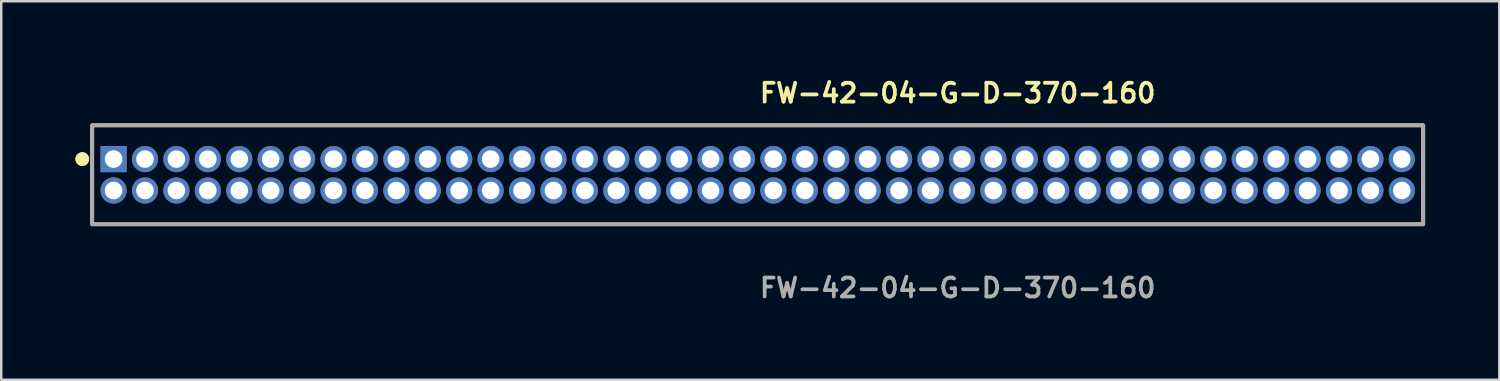
<source format=kicad_pcb>
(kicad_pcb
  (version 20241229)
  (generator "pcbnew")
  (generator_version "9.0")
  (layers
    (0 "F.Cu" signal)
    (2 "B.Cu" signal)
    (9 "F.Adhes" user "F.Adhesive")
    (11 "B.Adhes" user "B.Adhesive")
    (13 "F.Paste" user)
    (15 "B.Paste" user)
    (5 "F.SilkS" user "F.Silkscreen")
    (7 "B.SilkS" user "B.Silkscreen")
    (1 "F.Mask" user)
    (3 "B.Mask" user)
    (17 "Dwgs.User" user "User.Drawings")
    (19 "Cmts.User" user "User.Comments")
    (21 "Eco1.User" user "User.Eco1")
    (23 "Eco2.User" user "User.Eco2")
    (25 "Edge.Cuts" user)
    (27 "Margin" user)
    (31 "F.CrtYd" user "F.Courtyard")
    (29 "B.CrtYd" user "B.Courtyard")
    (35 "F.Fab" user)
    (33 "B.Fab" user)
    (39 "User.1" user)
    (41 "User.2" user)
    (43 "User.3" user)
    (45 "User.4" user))
  (footprint "FW-42-04-G-D-370-160"
    (layer "F.Cu")
    (at 27.576 4.015)
    (property "Reference" "FW-42-04-G-D-370-160" (at 0 -3.302 0) (unlocked yes) (layer "F.SilkS") (effects (font (size 0.762 0.762) (thickness 0.152)) (justify left)))
    (fp_rect (start -26.9 2) (end 26.9 -2) (stroke (width 0.152) (type solid)) (fill no) (layer "F.SilkS"))
    (fp_circle (center -27.3 -0.635) (end -27.5 -0.635) (stroke (width 0.152) (type solid)) (fill yes) (layer "F.SilkS"))
    (fp_circle (center -27.3 -0.635) (end -27.5 -0.635) (stroke (width 0.152) (type solid)) (fill yes) (layer "F.SilkS"))
    (fp_rect (start -26.9 2) (end 26.9 -2) (stroke (width 0.006) (type solid)) (fill no) (layer "F.CrtYd"))
    (fp_rect (start -26.9 2) (end 26.9 -2) (stroke (width 0.152) (type solid)) (fill no) (layer "F.Fab"))
    (fp_text user "${REFERENCE}" (at 0 4.572 0) (unlocked yes) (layer "F.Fab") (effects (font (size 0.762 0.762) (thickness 0.152)) (justify left)))
    (pad "1" thru_hole rect (at -26.035 -0.635) (size 1.06 1.06) (drill 0.71) (layers "*.Cu" "*.Mask"))
    (pad "2" thru_hole circle (at -26.035 0.635) (size 1.06 1.06) (drill 0.71) (layers "*.Cu" "*.Mask"))
    (pad "3" thru_hole circle (at -24.765 -0.635) (size 1.06 1.06) (drill 0.71) (layers "*.Cu" "*.Mask"))
    (pad "4" thru_hole circle (at -24.765 0.635) (size 1.06 1.06) (drill 0.71) (layers "*.Cu" "*.Mask"))
    (pad "5" thru_hole circle (at -23.495 -0.635) (size 1.06 1.06) (drill 0.71) (layers "*.Cu" "*.Mask"))
    (pad "6" thru_hole circle (at -23.495 0.635) (size 1.06 1.06) (drill 0.71) (layers "*.Cu" "*.Mask"))
    (pad "7" thru_hole circle (at -22.225 -0.635) (size 1.06 1.06) (drill 0.71) (layers "*.Cu" "*.Mask"))
    (pad "8" thru_hole circle (at -22.225 0.635) (size 1.06 1.06) (drill 0.71) (layers "*.Cu" "*.Mask"))
    (pad "9" thru_hole circle (at -20.955 -0.635) (size 1.06 1.06) (drill 0.71) (layers "*.Cu" "*.Mask"))
    (pad "10" thru_hole circle (at -20.955 0.635) (size 1.06 1.06) (drill 0.71) (layers "*.Cu" "*.Mask"))
    (pad "11" thru_hole circle (at -19.685 -0.635) (size 1.06 1.06) (drill 0.71) (layers "*.Cu" "*.Mask"))
    (pad "12" thru_hole circle (at -19.685 0.635) (size 1.06 1.06) (drill 0.71) (layers "*.Cu" "*.Mask"))
    (pad "13" thru_hole circle (at -18.415 -0.635) (size 1.06 1.06) (drill 0.71) (layers "*.Cu" "*.Mask"))
    (pad "14" thru_hole circle (at -18.415 0.635) (size 1.06 1.06) (drill 0.71) (layers "*.Cu" "*.Mask"))
    (pad "15" thru_hole circle (at -17.145 -0.635) (size 1.06 1.06) (drill 0.71) (layers "*.Cu" "*.Mask"))
    (pad "16" thru_hole circle (at -17.145 0.635) (size 1.06 1.06) (drill 0.71) (layers "*.Cu" "*.Mask"))
    (pad "17" thru_hole circle (at -15.875 -0.635) (size 1.06 1.06) (drill 0.71) (layers "*.Cu" "*.Mask"))
    (pad "18" thru_hole circle (at -15.875 0.635) (size 1.06 1.06) (drill 0.71) (layers "*.Cu" "*.Mask"))
    (pad "19" thru_hole circle (at -14.605 -0.635) (size 1.06 1.06) (drill 0.71) (layers "*.Cu" "*.Mask"))
    (pad "20" thru_hole circle (at -14.605 0.635) (size 1.06 1.06) (drill 0.71) (layers "*.Cu" "*.Mask"))
    (pad "21" thru_hole circle (at -13.335 -0.635) (size 1.06 1.06) (drill 0.71) (layers "*.Cu" "*.Mask"))
    (pad "22" thru_hole circle (at -13.335 0.635) (size 1.06 1.06) (drill 0.71) (layers "*.Cu" "*.Mask"))
    (pad "23" thru_hole circle (at -12.065 -0.635) (size 1.06 1.06) (drill 0.71) (layers "*.Cu" "*.Mask"))
    (pad "24" thru_hole circle (at -12.065 0.635) (size 1.06 1.06) (drill 0.71) (layers "*.Cu" "*.Mask"))
    (pad "25" thru_hole circle (at -10.795 -0.635) (size 1.06 1.06) (drill 0.71) (layers "*.Cu" "*.Mask"))
    (pad "26" thru_hole circle (at -10.795 0.635) (size 1.06 1.06) (drill 0.71) (layers "*.Cu" "*.Mask"))
    (pad "27" thru_hole circle (at -9.525 -0.635) (size 1.06 1.06) (drill 0.71) (layers "*.Cu" "*.Mask"))
    (pad "28" thru_hole circle (at -9.525 0.635) (size 1.06 1.06) (drill 0.71) (layers "*.Cu" "*.Mask"))
    (pad "29" thru_hole circle (at -8.255 -0.635) (size 1.06 1.06) (drill 0.71) (layers "*.Cu" "*.Mask"))
    (pad "30" thru_hole circle (at -8.255 0.635) (size 1.06 1.06) (drill 0.71) (layers "*.Cu" "*.Mask"))
    (pad "31" thru_hole circle (at -6.985 -0.635) (size 1.06 1.06) (drill 0.71) (layers "*.Cu" "*.Mask"))
    (pad "32" thru_hole circle (at -6.985 0.635) (size 1.06 1.06) (drill 0.71) (layers "*.Cu" "*.Mask"))
    (pad "33" thru_hole circle (at -5.715 -0.635) (size 1.06 1.06) (drill 0.71) (layers "*.Cu" "*.Mask"))
    (pad "34" thru_hole circle (at -5.715 0.635) (size 1.06 1.06) (drill 0.71) (layers "*.Cu" "*.Mask"))
    (pad "35" thru_hole circle (at -4.445 -0.635) (size 1.06 1.06) (drill 0.71) (layers "*.Cu" "*.Mask"))
    (pad "36" thru_hole circle (at -4.445 0.635) (size 1.06 1.06) (drill 0.71) (layers "*.Cu" "*.Mask"))
    (pad "37" thru_hole circle (at -3.175 -0.635) (size 1.06 1.06) (drill 0.71) (layers "*.Cu" "*.Mask"))
    (pad "38" thru_hole circle (at -3.175 0.635) (size 1.06 1.06) (drill 0.71) (layers "*.Cu" "*.Mask"))
    (pad "39" thru_hole circle (at -1.905 -0.635) (size 1.06 1.06) (drill 0.71) (layers "*.Cu" "*.Mask"))
    (pad "40" thru_hole circle (at -1.905 0.635) (size 1.06 1.06) (drill 0.71) (layers "*.Cu" "*.Mask"))
    (pad "41" thru_hole circle (at -0.635 -0.635) (size 1.06 1.06) (drill 0.71) (layers "*.Cu" "*.Mask"))
    (pad "42" thru_hole circle (at -0.635 0.635) (size 1.06 1.06) (drill 0.71) (layers "*.Cu" "*.Mask"))
    (pad "43" thru_hole circle (at 0.635 -0.635) (size 1.06 1.06) (drill 0.71) (layers "*.Cu" "*.Mask"))
    (pad "44" thru_hole circle (at 0.635 0.635) (size 1.06 1.06) (drill 0.71) (layers "*.Cu" "*.Mask"))
    (pad "45" thru_hole circle (at 1.905 -0.635) (size 1.06 1.06) (drill 0.71) (layers "*.Cu" "*.Mask"))
    (pad "46" thru_hole circle (at 1.905 0.635) (size 1.06 1.06) (drill 0.71) (layers "*.Cu" "*.Mask"))
    (pad "47" thru_hole circle (at 3.175 -0.635) (size 1.06 1.06) (drill 0.71) (layers "*.Cu" "*.Mask"))
    (pad "48" thru_hole circle (at 3.175 0.635) (size 1.06 1.06) (drill 0.71) (layers "*.Cu" "*.Mask"))
    (pad "49" thru_hole circle (at 4.445 -0.635) (size 1.06 1.06) (drill 0.71) (layers "*.Cu" "*.Mask"))
    (pad "50" thru_hole circle (at 4.445 0.635) (size 1.06 1.06) (drill 0.71) (layers "*.Cu" "*.Mask"))
    (pad "51" thru_hole circle (at 5.715 -0.635) (size 1.06 1.06) (drill 0.71) (layers "*.Cu" "*.Mask"))
    (pad "52" thru_hole circle (at 5.715 0.635) (size 1.06 1.06) (drill 0.71) (layers "*.Cu" "*.Mask"))
    (pad "53" thru_hole circle (at 6.985 -0.635) (size 1.06 1.06) (drill 0.71) (layers "*.Cu" "*.Mask"))
    (pad "54" thru_hole circle (at 6.985 0.635) (size 1.06 1.06) (drill 0.71) (layers "*.Cu" "*.Mask"))
    (pad "55" thru_hole circle (at 8.255 -0.635) (size 1.06 1.06) (drill 0.71) (layers "*.Cu" "*.Mask"))
    (pad "56" thru_hole circle (at 8.255 0.635) (size 1.06 1.06) (drill 0.71) (layers "*.Cu" "*.Mask"))
    (pad "57" thru_hole circle (at 9.525 -0.635) (size 1.06 1.06) (drill 0.71) (layers "*.Cu" "*.Mask"))
    (pad "58" thru_hole circle (at 9.525 0.635) (size 1.06 1.06) (drill 0.71) (layers "*.Cu" "*.Mask"))
    (pad "59" thru_hole circle (at 10.795 -0.635) (size 1.06 1.06) (drill 0.71) (layers "*.Cu" "*.Mask"))
    (pad "60" thru_hole circle (at 10.795 0.635) (size 1.06 1.06) (drill 0.71) (layers "*.Cu" "*.Mask"))
    (pad "61" thru_hole circle (at 12.065 -0.635) (size 1.06 1.06) (drill 0.71) (layers "*.Cu" "*.Mask"))
    (pad "62" thru_hole circle (at 12.065 0.635) (size 1.06 1.06) (drill 0.71) (layers "*.Cu" "*.Mask"))
    (pad "63" thru_hole circle (at 13.335 -0.635) (size 1.06 1.06) (drill 0.71) (layers "*.Cu" "*.Mask"))
    (pad "64" thru_hole circle (at 13.335 0.635) (size 1.06 1.06) (drill 0.71) (layers "*.Cu" "*.Mask"))
    (pad "65" thru_hole circle (at 14.605 -0.635) (size 1.06 1.06) (drill 0.71) (layers "*.Cu" "*.Mask"))
    (pad "66" thru_hole circle (at 14.605 0.635) (size 1.06 1.06) (drill 0.71) (layers "*.Cu" "*.Mask"))
    (pad "67" thru_hole circle (at 15.875 -0.635) (size 1.06 1.06) (drill 0.71) (layers "*.Cu" "*.Mask"))
    (pad "68" thru_hole circle (at 15.875 0.635) (size 1.06 1.06) (drill 0.71) (layers "*.Cu" "*.Mask"))
    (pad "69" thru_hole circle (at 17.145 -0.635) (size 1.06 1.06) (drill 0.71) (layers "*.Cu" "*.Mask"))
    (pad "70" thru_hole circle (at 17.145 0.635) (size 1.06 1.06) (drill 0.71) (layers "*.Cu" "*.Mask"))
    (pad "71" thru_hole circle (at 18.415 -0.635) (size 1.06 1.06) (drill 0.71) (layers "*.Cu" "*.Mask"))
    (pad "72" thru_hole circle (at 18.415 0.635) (size 1.06 1.06) (drill 0.71) (layers "*.Cu" "*.Mask"))
    (pad "73" thru_hole circle (at 19.685 -0.635) (size 1.06 1.06) (drill 0.71) (layers "*.Cu" "*.Mask"))
    (pad "74" thru_hole circle (at 19.685 0.635) (size 1.06 1.06) (drill 0.71) (layers "*.Cu" "*.Mask"))
    (pad "75" thru_hole circle (at 20.955 -0.635) (size 1.06 1.06) (drill 0.71) (layers "*.Cu" "*.Mask"))
    (pad "76" thru_hole circle (at 20.955 0.635) (size 1.06 1.06) (drill 0.71) (layers "*.Cu" "*.Mask"))
    (pad "77" thru_hole circle (at 22.225 -0.635) (size 1.06 1.06) (drill 0.71) (layers "*.Cu" "*.Mask"))
    (pad "78" thru_hole circle (at 22.225 0.635) (size 1.06 1.06) (drill 0.71) (layers "*.Cu" "*.Mask"))
    (pad "79" thru_hole circle (at 23.495 -0.635) (size 1.06 1.06) (drill 0.71) (layers "*.Cu" "*.Mask"))
    (pad "80" thru_hole circle (at 23.495 0.635) (size 1.06 1.06) (drill 0.71) (layers "*.Cu" "*.Mask"))
    (pad "81" thru_hole circle (at 24.765 -0.635) (size 1.06 1.06) (drill 0.71) (layers "*.Cu" "*.Mask"))
    (pad "82" thru_hole circle (at 24.765 0.635) (size 1.06 1.06) (drill 0.71) (layers "*.Cu" "*.Mask"))
    (pad "83" thru_hole circle (at 26.035 -0.635) (size 1.06 1.06) (drill 0.71) (layers "*.Cu" "*.Mask"))
    (pad "84" thru_hole circle (at 26.035 0.635) (size 1.06 1.06) (drill 0.71) (layers "*.Cu" "*.Mask")))
  (gr_rect
    (start -3 -3)
    (end 57.552 12.3)
    (stroke (width 0.1) (type default))
    (fill no)
    (layer "Edge.Cuts")))
</source>
